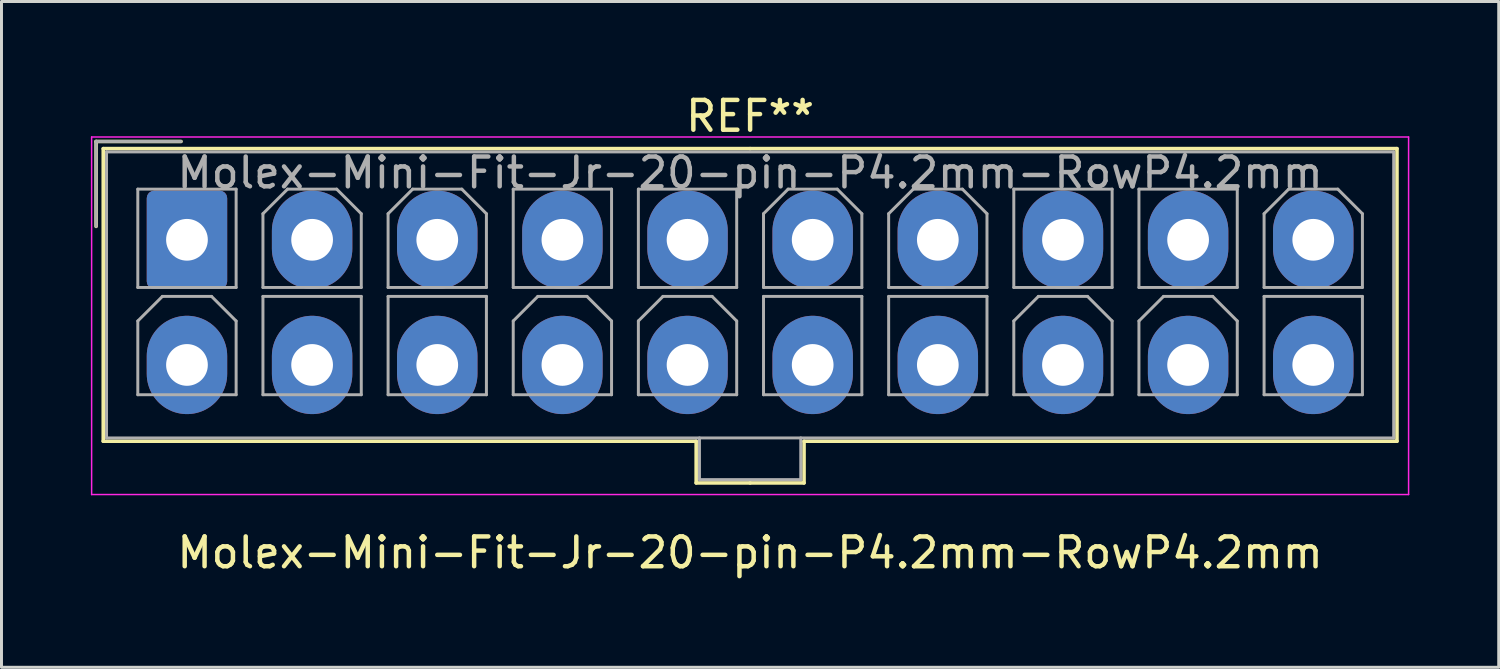
<source format=kicad_pcb>
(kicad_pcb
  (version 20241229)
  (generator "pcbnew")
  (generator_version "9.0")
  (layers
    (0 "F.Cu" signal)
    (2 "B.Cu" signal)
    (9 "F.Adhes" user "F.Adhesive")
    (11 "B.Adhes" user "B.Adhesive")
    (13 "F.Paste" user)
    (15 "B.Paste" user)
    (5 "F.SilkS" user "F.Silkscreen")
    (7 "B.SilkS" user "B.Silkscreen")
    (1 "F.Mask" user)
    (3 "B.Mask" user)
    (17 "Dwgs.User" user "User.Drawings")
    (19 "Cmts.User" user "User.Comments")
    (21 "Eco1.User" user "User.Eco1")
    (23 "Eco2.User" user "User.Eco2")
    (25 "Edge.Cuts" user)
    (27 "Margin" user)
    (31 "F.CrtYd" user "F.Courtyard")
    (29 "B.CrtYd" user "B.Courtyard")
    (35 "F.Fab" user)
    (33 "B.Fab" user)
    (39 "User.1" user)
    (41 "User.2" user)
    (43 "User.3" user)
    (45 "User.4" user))
  (footprint "Molex-Mini-Fit-Jr-20-pin-P4.2mm-RowP4.2mm"
    (layer "F.Cu")
    (at 22.125 14.998)
    (property "Reference" "Molex-Mini-Fit-Jr-20-pin-P4.2mm-RowP4.2mm" (at 0 0.5 0) (layer "F.SilkS") (effects (font (size 1 1) (thickness 0.15))))
    (attr through_hole)
    (fp_line (start -21.95 -13.3) (end -21.95 -10.45) (stroke (width 0.12) (type solid)) (layer "F.SilkS"))
    (fp_line (start -21.71 -13.06) (end -21.71 -3.24) (stroke (width 0.12) (type solid)) (layer "F.SilkS"))
    (fp_line (start -21.71 -3.24) (end -1.81 -3.24) (stroke (width 0.12) (type solid)) (layer "F.SilkS"))
    (fp_line (start -19.1 -13.3) (end -21.95 -13.3) (stroke (width 0.12) (type solid)) (layer "F.SilkS"))
    (fp_line (start -1.81 -3.24) (end -1.81 -1.84) (stroke (width 0.12) (type solid)) (layer "F.SilkS"))
    (fp_line (start -1.81 -1.84) (end 0 -1.84) (stroke (width 0.12) (type solid)) (layer "F.SilkS"))
    (fp_line (start 0 -13.06) (end -21.71 -13.06) (stroke (width 0.12) (type solid)) (layer "F.SilkS"))
    (fp_line (start 0 -13.06) (end 21.71 -13.06) (stroke (width 0.12) (type solid)) (layer "F.SilkS"))
    (fp_line (start 1.81 -3.24) (end 1.81 -1.84) (stroke (width 0.12) (type solid)) (layer "F.SilkS"))
    (fp_line (start 1.81 -1.84) (end 0 -1.84) (stroke (width 0.12) (type solid)) (layer "F.SilkS"))
    (fp_line (start 21.71 -13.06) (end 21.71 -3.24) (stroke (width 0.12) (type solid)) (layer "F.SilkS"))
    (fp_line (start 21.71 -3.24) (end 1.81 -3.24) (stroke (width 0.12) (type solid)) (layer "F.SilkS"))
    (fp_line (start -22.1 -13.45) (end -22.1 -1.45) (stroke (width 0.05) (type solid)) (layer "F.CrtYd"))
    (fp_line (start -22.1 -1.45) (end 22.1 -1.45) (stroke (width 0.05) (type solid)) (layer "F.CrtYd"))
    (fp_line (start 22.1 -13.45) (end -22.1 -13.45) (stroke (width 0.05) (type solid)) (layer "F.CrtYd"))
    (fp_line (start 22.1 -1.45) (end 22.1 -13.45) (stroke (width 0.05) (type solid)) (layer "F.CrtYd"))
    (fp_line (start -21.95 -13.3) (end -21.95 -10.45) (stroke (width 0.1) (type solid)) (layer "F.Fab"))
    (fp_line (start -21.6 -12.95) (end -21.6 -3.35) (stroke (width 0.1) (type solid)) (layer "F.Fab"))
    (fp_line (start -21.6 -3.35) (end 21.6 -3.35) (stroke (width 0.1) (type solid)) (layer "F.Fab"))
    (fp_line (start -20.55 -11.7) (end -20.55 -8.4) (stroke (width 0.1) (type solid)) (layer "F.Fab"))
    (fp_line (start -20.55 -8.4) (end -17.25 -8.4) (stroke (width 0.1) (type solid)) (layer "F.Fab"))
    (fp_line (start -20.55 -7.275) (end -19.725 -8.1) (stroke (width 0.1) (type solid)) (layer "F.Fab"))
    (fp_line (start -20.55 -4.8) (end -20.55 -7.275) (stroke (width 0.1) (type solid)) (layer "F.Fab"))
    (fp_line (start -19.725 -8.1) (end -18.075 -8.1) (stroke (width 0.1) (type solid)) (layer "F.Fab"))
    (fp_line (start -19.1 -13.3) (end -21.95 -13.3) (stroke (width 0.1) (type solid)) (layer "F.Fab"))
    (fp_line (start -18.075 -8.1) (end -17.25 -7.275) (stroke (width 0.1) (type solid)) (layer "F.Fab"))
    (fp_line (start -17.25 -11.7) (end -20.55 -11.7) (stroke (width 0.1) (type solid)) (layer "F.Fab"))
    (fp_line (start -17.25 -8.4) (end -17.25 -11.7) (stroke (width 0.1) (type solid)) (layer "F.Fab"))
    (fp_line (start -17.25 -7.275) (end -17.25 -4.8) (stroke (width 0.1) (type solid)) (layer "F.Fab"))
    (fp_line (start -17.25 -4.8) (end -20.55 -4.8) (stroke (width 0.1) (type solid)) (layer "F.Fab"))
    (fp_line (start -16.35 -10.875) (end -15.525 -11.7) (stroke (width 0.1) (type solid)) (layer "F.Fab"))
    (fp_line (start -16.35 -8.4) (end -16.35 -10.875) (stroke (width 0.1) (type solid)) (layer "F.Fab"))
    (fp_line (start -16.35 -8.1) (end -16.35 -4.8) (stroke (width 0.1) (type solid)) (layer "F.Fab"))
    (fp_line (start -16.35 -4.8) (end -13.05 -4.8) (stroke (width 0.1) (type solid)) (layer "F.Fab"))
    (fp_line (start -15.525 -11.7) (end -13.875 -11.7) (stroke (width 0.1) (type solid)) (layer "F.Fab"))
    (fp_line (start -13.875 -11.7) (end -13.05 -10.875) (stroke (width 0.1) (type solid)) (layer "F.Fab"))
    (fp_line (start -13.05 -10.875) (end -13.05 -8.4) (stroke (width 0.1) (type solid)) (layer "F.Fab"))
    (fp_line (start -13.05 -8.4) (end -16.35 -8.4) (stroke (width 0.1) (type solid)) (layer "F.Fab"))
    (fp_line (start -13.05 -8.1) (end -16.35 -8.1) (stroke (width 0.1) (type solid)) (layer "F.Fab"))
    (fp_line (start -13.05 -4.8) (end -13.05 -8.1) (stroke (width 0.1) (type solid)) (layer "F.Fab"))
    (fp_line (start -12.15 -10.875) (end -11.325 -11.7) (stroke (width 0.1) (type solid)) (layer "F.Fab"))
    (fp_line (start -12.15 -8.4) (end -12.15 -10.875) (stroke (width 0.1) (type solid)) (layer "F.Fab"))
    (fp_line (start -12.15 -8.1) (end -12.15 -4.8) (stroke (width 0.1) (type solid)) (layer "F.Fab"))
    (fp_line (start -12.15 -4.8) (end -8.85 -4.8) (stroke (width 0.1) (type solid)) (layer "F.Fab"))
    (fp_line (start -11.325 -11.7) (end -9.675 -11.7) (stroke (width 0.1) (type solid)) (layer "F.Fab"))
    (fp_line (start -9.675 -11.7) (end -8.85 -10.875) (stroke (width 0.1) (type solid)) (layer "F.Fab"))
    (fp_line (start -8.85 -10.875) (end -8.85 -8.4) (stroke (width 0.1) (type solid)) (layer "F.Fab"))
    (fp_line (start -8.85 -8.4) (end -12.15 -8.4) (stroke (width 0.1) (type solid)) (layer "F.Fab"))
    (fp_line (start -8.85 -8.1) (end -12.15 -8.1) (stroke (width 0.1) (type solid)) (layer "F.Fab"))
    (fp_line (start -8.85 -4.8) (end -8.85 -8.1) (stroke (width 0.1) (type solid)) (layer "F.Fab"))
    (fp_line (start -7.95 -11.7) (end -7.95 -8.4) (stroke (width 0.1) (type solid)) (layer "F.Fab"))
    (fp_line (start -7.95 -8.4) (end -4.65 -8.4) (stroke (width 0.1) (type solid)) (layer "F.Fab"))
    (fp_line (start -7.95 -7.275) (end -7.125 -8.1) (stroke (width 0.1) (type solid)) (layer "F.Fab"))
    (fp_line (start -7.95 -4.8) (end -7.95 -7.275) (stroke (width 0.1) (type solid)) (layer "F.Fab"))
    (fp_line (start -7.125 -8.1) (end -5.475 -8.1) (stroke (width 0.1) (type solid)) (layer "F.Fab"))
    (fp_line (start -5.475 -8.1) (end -4.65 -7.275) (stroke (width 0.1) (type solid)) (layer "F.Fab"))
    (fp_line (start -4.65 -11.7) (end -7.95 -11.7) (stroke (width 0.1) (type solid)) (layer "F.Fab"))
    (fp_line (start -4.65 -8.4) (end -4.65 -11.7) (stroke (width 0.1) (type solid)) (layer "F.Fab"))
    (fp_line (start -4.65 -7.275) (end -4.65 -4.8) (stroke (width 0.1) (type solid)) (layer "F.Fab"))
    (fp_line (start -4.65 -4.8) (end -7.95 -4.8) (stroke (width 0.1) (type solid)) (layer "F.Fab"))
    (fp_line (start -3.75 -11.7) (end -3.75 -8.4) (stroke (width 0.1) (type solid)) (layer "F.Fab"))
    (fp_line (start -3.75 -8.4) (end -0.45 -8.4) (stroke (width 0.1) (type solid)) (layer "F.Fab"))
    (fp_line (start -3.75 -7.275) (end -2.925 -8.1) (stroke (width 0.1) (type solid)) (layer "F.Fab"))
    (fp_line (start -3.75 -4.8) (end -3.75 -7.275) (stroke (width 0.1) (type solid)) (layer "F.Fab"))
    (fp_line (start -2.925 -8.1) (end -1.275 -8.1) (stroke (width 0.1) (type solid)) (layer "F.Fab"))
    (fp_line (start -1.7 -3.35) (end -1.7 -1.95) (stroke (width 0.1) (type solid)) (layer "F.Fab"))
    (fp_line (start -1.7 -1.95) (end 1.7 -1.95) (stroke (width 0.1) (type solid)) (layer "F.Fab"))
    (fp_line (start -1.275 -8.1) (end -0.45 -7.275) (stroke (width 0.1) (type solid)) (layer "F.Fab"))
    (fp_line (start -0.45 -11.7) (end -3.75 -11.7) (stroke (width 0.1) (type solid)) (layer "F.Fab"))
    (fp_line (start -0.45 -8.4) (end -0.45 -11.7) (stroke (width 0.1) (type solid)) (layer "F.Fab"))
    (fp_line (start -0.45 -7.275) (end -0.45 -4.8) (stroke (width 0.1) (type solid)) (layer "F.Fab"))
    (fp_line (start -0.45 -4.8) (end -3.75 -4.8) (stroke (width 0.1) (type solid)) (layer "F.Fab"))
    (fp_line (start 0.45 -10.875) (end 1.275 -11.7) (stroke (width 0.1) (type solid)) (layer "F.Fab"))
    (fp_line (start 0.45 -8.4) (end 0.45 -10.875) (stroke (width 0.1) (type solid)) (layer "F.Fab"))
    (fp_line (start 0.45 -8.1) (end 0.45 -4.8) (stroke (width 0.1) (type solid)) (layer "F.Fab"))
    (fp_line (start 0.45 -4.8) (end 3.75 -4.8) (stroke (width 0.1) (type solid)) (layer "F.Fab"))
    (fp_line (start 1.275 -11.7) (end 2.925 -11.7) (stroke (width 0.1) (type solid)) (layer "F.Fab"))
    (fp_line (start 1.7 -1.95) (end 1.7 -3.35) (stroke (width 0.1) (type solid)) (layer "F.Fab"))
    (fp_line (start 2.925 -11.7) (end 3.75 -10.875) (stroke (width 0.1) (type solid)) (layer "F.Fab"))
    (fp_line (start 3.75 -10.875) (end 3.75 -8.4) (stroke (width 0.1) (type solid)) (layer "F.Fab"))
    (fp_line (start 3.75 -8.4) (end 0.45 -8.4) (stroke (width 0.1) (type solid)) (layer "F.Fab"))
    (fp_line (start 3.75 -8.1) (end 0.45 -8.1) (stroke (width 0.1) (type solid)) (layer "F.Fab"))
    (fp_line (start 3.75 -4.8) (end 3.75 -8.1) (stroke (width 0.1) (type solid)) (layer "F.Fab"))
    (fp_line (start 4.65 -10.875) (end 5.475 -11.7) (stroke (width 0.1) (type solid)) (layer "F.Fab"))
    (fp_line (start 4.65 -8.4) (end 4.65 -10.875) (stroke (width 0.1) (type solid)) (layer "F.Fab"))
    (fp_line (start 4.65 -8.1) (end 4.65 -4.8) (stroke (width 0.1) (type solid)) (layer "F.Fab"))
    (fp_line (start 4.65 -4.8) (end 7.95 -4.8) (stroke (width 0.1) (type solid)) (layer "F.Fab"))
    (fp_line (start 5.475 -11.7) (end 7.125 -11.7) (stroke (width 0.1) (type solid)) (layer "F.Fab"))
    (fp_line (start 7.125 -11.7) (end 7.95 -10.875) (stroke (width 0.1) (type solid)) (layer "F.Fab"))
    (fp_line (start 7.95 -10.875) (end 7.95 -8.4) (stroke (width 0.1) (type solid)) (layer "F.Fab"))
    (fp_line (start 7.95 -8.4) (end 4.65 -8.4) (stroke (width 0.1) (type solid)) (layer "F.Fab"))
    (fp_line (start 7.95 -8.1) (end 4.65 -8.1) (stroke (width 0.1) (type solid)) (layer "F.Fab"))
    (fp_line (start 7.95 -4.8) (end 7.95 -8.1) (stroke (width 0.1) (type solid)) (layer "F.Fab"))
    (fp_line (start 8.85 -11.7) (end 8.85 -8.4) (stroke (width 0.1) (type solid)) (layer "F.Fab"))
    (fp_line (start 8.85 -8.4) (end 12.15 -8.4) (stroke (width 0.1) (type solid)) (layer "F.Fab"))
    (fp_line (start 8.85 -7.275) (end 9.675 -8.1) (stroke (width 0.1) (type solid)) (layer "F.Fab"))
    (fp_line (start 8.85 -4.8) (end 8.85 -7.275) (stroke (width 0.1) (type solid)) (layer "F.Fab"))
    (fp_line (start 9.675 -8.1) (end 11.325 -8.1) (stroke (width 0.1) (type solid)) (layer "F.Fab"))
    (fp_line (start 11.325 -8.1) (end 12.15 -7.275) (stroke (width 0.1) (type solid)) (layer "F.Fab"))
    (fp_line (start 12.15 -11.7) (end 8.85 -11.7) (stroke (width 0.1) (type solid)) (layer "F.Fab"))
    (fp_line (start 12.15 -8.4) (end 12.15 -11.7) (stroke (width 0.1) (type solid)) (layer "F.Fab"))
    (fp_line (start 12.15 -7.275) (end 12.15 -4.8) (stroke (width 0.1) (type solid)) (layer "F.Fab"))
    (fp_line (start 12.15 -4.8) (end 8.85 -4.8) (stroke (width 0.1) (type solid)) (layer "F.Fab"))
    (fp_line (start 13.05 -11.7) (end 13.05 -8.4) (stroke (width 0.1) (type solid)) (layer "F.Fab"))
    (fp_line (start 13.05 -8.4) (end 16.35 -8.4) (stroke (width 0.1) (type solid)) (layer "F.Fab"))
    (fp_line (start 13.05 -7.275) (end 13.875 -8.1) (stroke (width 0.1) (type solid)) (layer "F.Fab"))
    (fp_line (start 13.05 -4.8) (end 13.05 -7.275) (stroke (width 0.1) (type solid)) (layer "F.Fab"))
    (fp_line (start 13.875 -8.1) (end 15.525 -8.1) (stroke (width 0.1) (type solid)) (layer "F.Fab"))
    (fp_line (start 15.525 -8.1) (end 16.35 -7.275) (stroke (width 0.1) (type solid)) (layer "F.Fab"))
    (fp_line (start 16.35 -11.7) (end 13.05 -11.7) (stroke (width 0.1) (type solid)) (layer "F.Fab"))
    (fp_line (start 16.35 -8.4) (end 16.35 -11.7) (stroke (width 0.1) (type solid)) (layer "F.Fab"))
    (fp_line (start 16.35 -7.275) (end 16.35 -4.8) (stroke (width 0.1) (type solid)) (layer "F.Fab"))
    (fp_line (start 16.35 -4.8) (end 13.05 -4.8) (stroke (width 0.1) (type solid)) (layer "F.Fab"))
    (fp_line (start 17.25 -10.875) (end 18.075 -11.7) (stroke (width 0.1) (type solid)) (layer "F.Fab"))
    (fp_line (start 17.25 -8.4) (end 17.25 -10.875) (stroke (width 0.1) (type solid)) (layer "F.Fab"))
    (fp_line (start 17.25 -8.1) (end 17.25 -4.8) (stroke (width 0.1) (type solid)) (layer "F.Fab"))
    (fp_line (start 17.25 -4.8) (end 20.55 -4.8) (stroke (width 0.1) (type solid)) (layer "F.Fab"))
    (fp_line (start 18.075 -11.7) (end 19.725 -11.7) (stroke (width 0.1) (type solid)) (layer "F.Fab"))
    (fp_line (start 19.725 -11.7) (end 20.55 -10.875) (stroke (width 0.1) (type solid)) (layer "F.Fab"))
    (fp_line (start 20.55 -10.875) (end 20.55 -8.4) (stroke (width 0.1) (type solid)) (layer "F.Fab"))
    (fp_line (start 20.55 -8.4) (end 17.25 -8.4) (stroke (width 0.1) (type solid)) (layer "F.Fab"))
    (fp_line (start 20.55 -8.1) (end 17.25 -8.1) (stroke (width 0.1) (type solid)) (layer "F.Fab"))
    (fp_line (start 20.55 -4.8) (end 20.55 -8.1) (stroke (width 0.1) (type solid)) (layer "F.Fab"))
    (fp_line (start 21.6 -12.95) (end -21.6 -12.95) (stroke (width 0.1) (type solid)) (layer "F.Fab"))
    (fp_line (start 21.6 -3.35) (end 21.6 -12.95) (stroke (width 0.1) (type solid)) (layer "F.Fab"))
    (fp_text user "REF**" (at 0 -14.15 0) (layer "F.SilkS") (effects (font (size 1 1) (thickness 0.15))))
    (fp_text user "${REFERENCE}" (at 0 -12.25 0) (layer "F.Fab") (effects (font (size 1 1) (thickness 0.15))))
    (pad "1" thru_hole roundrect (at -18.9 -10) (size 2.7 3.3) (drill 1.4) (layers "*.Cu" "*.Mask") (roundrect_rratio 0.093))
    (pad "2" thru_hole oval (at -14.7 -10) (size 2.7 3.3) (drill 1.4) (layers "*.Cu" "*.Mask"))
    (pad "3" thru_hole oval (at -10.5 -10) (size 2.7 3.3) (drill 1.4) (layers "*.Cu" "*.Mask"))
    (pad "4" thru_hole oval (at -6.3 -10) (size 2.7 3.3) (drill 1.4) (layers "*.Cu" "*.Mask"))
    (pad "5" thru_hole oval (at -2.1 -10) (size 2.7 3.3) (drill 1.4) (layers "*.Cu" "*.Mask"))
    (pad "6" thru_hole oval (at 2.1 -10) (size 2.7 3.3) (drill 1.4) (layers "*.Cu" "*.Mask"))
    (pad "7" thru_hole oval (at 6.3 -10) (size 2.7 3.3) (drill 1.4) (layers "*.Cu" "*.Mask"))
    (pad "8" thru_hole oval (at 10.5 -10) (size 2.7 3.3) (drill 1.4) (layers "*.Cu" "*.Mask"))
    (pad "9" thru_hole oval (at 14.7 -10) (size 2.7 3.3) (drill 1.4) (layers "*.Cu" "*.Mask"))
    (pad "10" thru_hole oval (at 18.9 -10) (size 2.7 3.3) (drill 1.4) (layers "*.Cu" "*.Mask"))
    (pad "11" thru_hole oval (at -18.9 -5.8) (size 2.7 3.3) (drill 1.4) (layers "*.Cu" "*.Mask"))
    (pad "12" thru_hole oval (at -14.7 -5.8) (size 2.7 3.3) (drill 1.4) (layers "*.Cu" "*.Mask"))
    (pad "13" thru_hole oval (at -10.5 -5.8) (size 2.7 3.3) (drill 1.4) (layers "*.Cu" "*.Mask"))
    (pad "14" thru_hole oval (at -6.3 -5.8) (size 2.7 3.3) (drill 1.4) (layers "*.Cu" "*.Mask"))
    (pad "15" thru_hole oval (at -2.1 -5.8) (size 2.7 3.3) (drill 1.4) (layers "*.Cu" "*.Mask"))
    (pad "16" thru_hole oval (at 2.1 -5.8) (size 2.7 3.3) (drill 1.4) (layers "*.Cu" "*.Mask"))
    (pad "17" thru_hole oval (at 6.3 -5.8) (size 2.7 3.3) (drill 1.4) (layers "*.Cu" "*.Mask"))
    (pad "18" thru_hole oval (at 10.5 -5.8) (size 2.7 3.3) (drill 1.4) (layers "*.Cu" "*.Mask"))
    (pad "19" thru_hole oval (at 14.7 -5.8) (size 2.7 3.3) (drill 1.4) (layers "*.Cu" "*.Mask"))
    (pad "20" thru_hole oval (at 18.9 -5.8) (size 2.7 3.3) (drill 1.4) (layers "*.Cu" "*.Mask")))
  (gr_rect
    (start -3 -3)
    (end 47.25 19.346)
    (stroke (width 0.1) (type default))
    (fill no)
    (layer "Edge.Cuts")))
</source>
